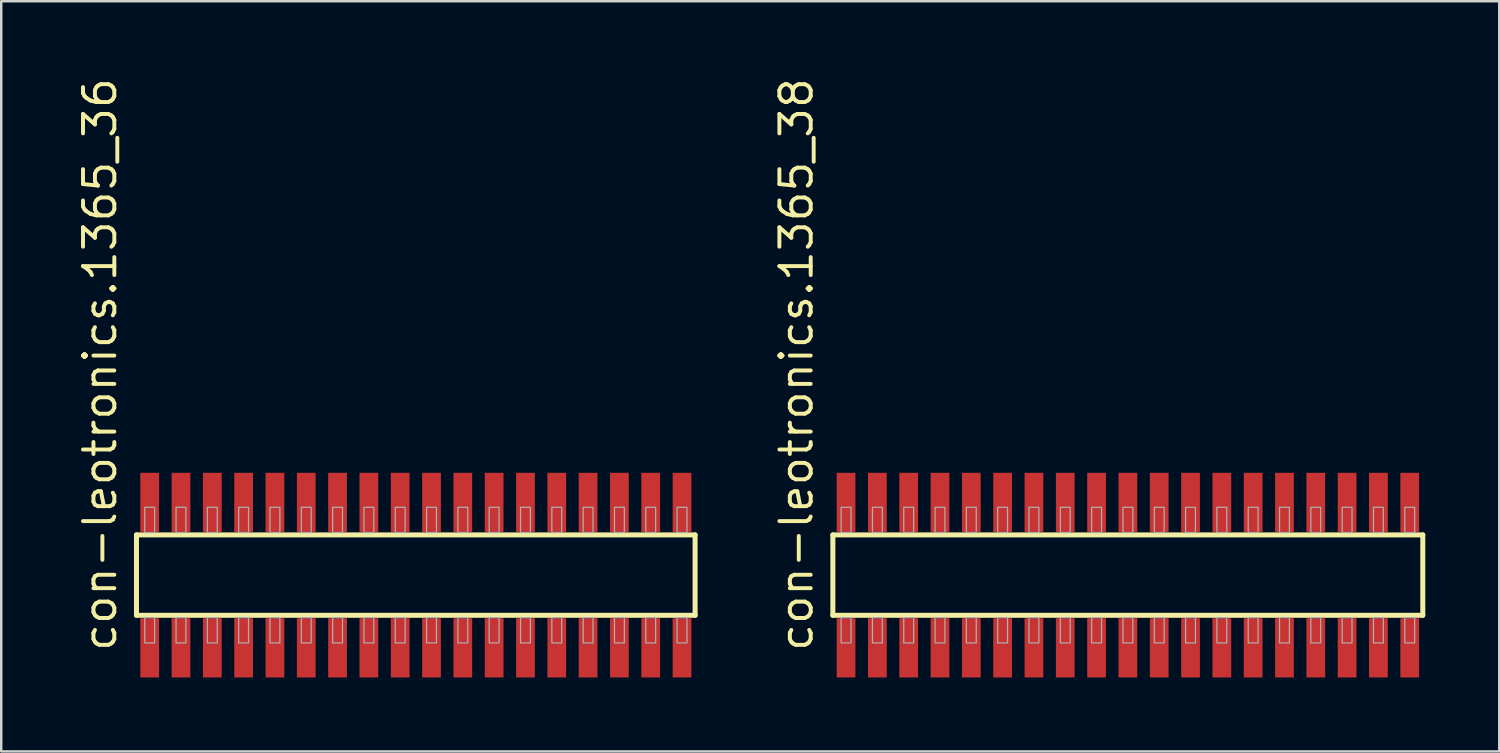
<source format=kicad_pcb>
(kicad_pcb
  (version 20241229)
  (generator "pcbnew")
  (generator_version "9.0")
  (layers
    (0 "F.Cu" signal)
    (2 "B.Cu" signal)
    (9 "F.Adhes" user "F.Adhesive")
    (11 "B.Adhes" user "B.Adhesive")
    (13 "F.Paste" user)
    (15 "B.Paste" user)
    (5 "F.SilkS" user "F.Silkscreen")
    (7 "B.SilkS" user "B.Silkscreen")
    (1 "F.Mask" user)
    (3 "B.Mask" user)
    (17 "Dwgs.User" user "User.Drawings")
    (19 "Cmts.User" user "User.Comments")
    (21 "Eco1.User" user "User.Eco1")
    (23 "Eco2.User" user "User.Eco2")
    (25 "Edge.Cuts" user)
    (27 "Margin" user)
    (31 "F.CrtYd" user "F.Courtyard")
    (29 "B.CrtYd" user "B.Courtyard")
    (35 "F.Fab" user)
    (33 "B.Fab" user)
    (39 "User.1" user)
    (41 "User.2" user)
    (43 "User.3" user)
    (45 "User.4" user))
  (footprint "con-leotronics.1365_36"
    (layer "F.Cu")
    (at 13.815 20.274)
    (property "Reference" "con-leotronics.1365_36" (at -12.065 3.175 90) (layer "F.SilkS") (effects (font (size 1.27 1.27) (thickness 0.16)) (justify left bottom)))
    (attr smd)
    (fp_line (start -11.33 -1.63) (end 11.325 -1.63) (stroke (width 0.203) (type default)) (layer "F.SilkS"))
    (fp_line (start -11.33 1.63) (end -11.33 -1.63) (stroke (width 0.203) (type default)) (layer "F.SilkS"))
    (fp_line (start 11.325 -1.63) (end 11.325 1.63) (stroke (width 0.203) (type default)) (layer "F.SilkS"))
    (fp_line (start 11.325 1.63) (end -11.33 1.63) (stroke (width 0.203) (type default)) (layer "F.SilkS"))
    (fp_rect (start -10.995 -1.725) (end -10.595 -2.75) (stroke (width 0.05) (type default)) (fill no) (layer "F.Fab"))
    (fp_rect (start -10.995 2.75) (end -10.595 1.725) (stroke (width 0.05) (type default)) (fill no) (layer "F.Fab"))
    (fp_rect (start -9.725 -1.725) (end -9.325 -2.75) (stroke (width 0.05) (type default)) (fill no) (layer "F.Fab"))
    (fp_rect (start -9.725 2.75) (end -9.325 1.725) (stroke (width 0.05) (type default)) (fill no) (layer "F.Fab"))
    (fp_rect (start -8.455 -1.725) (end -8.055 -2.75) (stroke (width 0.05) (type default)) (fill no) (layer "F.Fab"))
    (fp_rect (start -8.455 2.75) (end -8.055 1.725) (stroke (width 0.05) (type default)) (fill no) (layer "F.Fab"))
    (fp_rect (start -7.185 -1.725) (end -6.785 -2.75) (stroke (width 0.05) (type default)) (fill no) (layer "F.Fab"))
    (fp_rect (start -7.185 2.75) (end -6.785 1.725) (stroke (width 0.05) (type default)) (fill no) (layer "F.Fab"))
    (fp_rect (start -5.915 -1.725) (end -5.515 -2.75) (stroke (width 0.05) (type default)) (fill no) (layer "F.Fab"))
    (fp_rect (start -5.915 2.75) (end -5.515 1.725) (stroke (width 0.05) (type default)) (fill no) (layer "F.Fab"))
    (fp_rect (start -4.645 -1.725) (end -4.245 -2.75) (stroke (width 0.05) (type default)) (fill no) (layer "F.Fab"))
    (fp_rect (start -4.645 2.75) (end -4.245 1.725) (stroke (width 0.05) (type default)) (fill no) (layer "F.Fab"))
    (fp_rect (start -3.375 -1.725) (end -2.975 -2.75) (stroke (width 0.05) (type default)) (fill no) (layer "F.Fab"))
    (fp_rect (start -3.375 2.75) (end -2.975 1.725) (stroke (width 0.05) (type default)) (fill no) (layer "F.Fab"))
    (fp_rect (start -2.105 -1.725) (end -1.705 -2.75) (stroke (width 0.05) (type default)) (fill no) (layer "F.Fab"))
    (fp_rect (start -2.105 2.75) (end -1.705 1.725) (stroke (width 0.05) (type default)) (fill no) (layer "F.Fab"))
    (fp_rect (start -0.835 -1.725) (end -0.435 -2.75) (stroke (width 0.05) (type default)) (fill no) (layer "F.Fab"))
    (fp_rect (start -0.835 2.75) (end -0.435 1.725) (stroke (width 0.05) (type default)) (fill no) (layer "F.Fab"))
    (fp_rect (start 0.435 -1.725) (end 0.835 -2.75) (stroke (width 0.05) (type default)) (fill no) (layer "F.Fab"))
    (fp_rect (start 0.435 2.75) (end 0.835 1.725) (stroke (width 0.05) (type default)) (fill no) (layer "F.Fab"))
    (fp_rect (start 1.705 -1.725) (end 2.105 -2.75) (stroke (width 0.05) (type default)) (fill no) (layer "F.Fab"))
    (fp_rect (start 1.705 2.75) (end 2.105 1.725) (stroke (width 0.05) (type default)) (fill no) (layer "F.Fab"))
    (fp_rect (start 2.975 -1.725) (end 3.375 -2.75) (stroke (width 0.05) (type default)) (fill no) (layer "F.Fab"))
    (fp_rect (start 2.975 2.75) (end 3.375 1.725) (stroke (width 0.05) (type default)) (fill no) (layer "F.Fab"))
    (fp_rect (start 4.245 -1.725) (end 4.645 -2.75) (stroke (width 0.05) (type default)) (fill no) (layer "F.Fab"))
    (fp_rect (start 4.245 2.75) (end 4.645 1.725) (stroke (width 0.05) (type default)) (fill no) (layer "F.Fab"))
    (fp_rect (start 5.515 -1.725) (end 5.915 -2.75) (stroke (width 0.05) (type default)) (fill no) (layer "F.Fab"))
    (fp_rect (start 5.515 2.75) (end 5.915 1.725) (stroke (width 0.05) (type default)) (fill no) (layer "F.Fab"))
    (fp_rect (start 6.785 -1.725) (end 7.185 -2.75) (stroke (width 0.05) (type default)) (fill no) (layer "F.Fab"))
    (fp_rect (start 6.785 2.75) (end 7.185 1.725) (stroke (width 0.05) (type default)) (fill no) (layer "F.Fab"))
    (fp_rect (start 8.055 -1.725) (end 8.455 -2.75) (stroke (width 0.05) (type default)) (fill no) (layer "F.Fab"))
    (fp_rect (start 8.055 2.75) (end 8.455 1.725) (stroke (width 0.05) (type default)) (fill no) (layer "F.Fab"))
    (fp_rect (start 9.325 -1.725) (end 9.725 -2.75) (stroke (width 0.05) (type default)) (fill no) (layer "F.Fab"))
    (fp_rect (start 9.325 2.75) (end 9.725 1.725) (stroke (width 0.05) (type default)) (fill no) (layer "F.Fab"))
    (fp_rect (start 10.595 -1.725) (end 10.995 -2.75) (stroke (width 0.05) (type default)) (fill no) (layer "F.Fab"))
    (fp_rect (start 10.595 2.75) (end 10.995 1.725) (stroke (width 0.05) (type default)) (fill no) (layer "F.Fab"))
    (pad "1" smd roundrect (at -10.795 2.95) (size 0.76 2.4) (layers "F.Cu" "F.Mask" "F.Paste") (roundrect_rratio 0.01))
    (pad "2" smd roundrect (at -10.795 -2.95) (size 0.76 2.4) (layers "F.Cu" "F.Mask" "F.Paste") (roundrect_rratio 0.01))
    (pad "3" smd roundrect (at -9.525 2.95) (size 0.76 2.4) (layers "F.Cu" "F.Mask" "F.Paste") (roundrect_rratio 0.01))
    (pad "4" smd roundrect (at -9.525 -2.95) (size 0.76 2.4) (layers "F.Cu" "F.Mask" "F.Paste") (roundrect_rratio 0.01))
    (pad "5" smd roundrect (at -8.255 2.95) (size 0.76 2.4) (layers "F.Cu" "F.Mask" "F.Paste") (roundrect_rratio 0.01))
    (pad "6" smd roundrect (at -8.255 -2.95) (size 0.76 2.4) (layers "F.Cu" "F.Mask" "F.Paste") (roundrect_rratio 0.01))
    (pad "7" smd roundrect (at -6.985 2.95) (size 0.76 2.4) (layers "F.Cu" "F.Mask" "F.Paste") (roundrect_rratio 0.01))
    (pad "8" smd roundrect (at -6.985 -2.95) (size 0.76 2.4) (layers "F.Cu" "F.Mask" "F.Paste") (roundrect_rratio 0.01))
    (pad "9" smd roundrect (at -5.715 2.95) (size 0.76 2.4) (layers "F.Cu" "F.Mask" "F.Paste") (roundrect_rratio 0.01))
    (pad "10" smd roundrect (at -5.715 -2.95) (size 0.76 2.4) (layers "F.Cu" "F.Mask" "F.Paste") (roundrect_rratio 0.01))
    (pad "11" smd roundrect (at -4.445 2.95) (size 0.76 2.4) (layers "F.Cu" "F.Mask" "F.Paste") (roundrect_rratio 0.01))
    (pad "12" smd roundrect (at -4.445 -2.95) (size 0.76 2.4) (layers "F.Cu" "F.Mask" "F.Paste") (roundrect_rratio 0.01))
    (pad "13" smd roundrect (at -3.175 2.95) (size 0.76 2.4) (layers "F.Cu" "F.Mask" "F.Paste") (roundrect_rratio 0.01))
    (pad "14" smd roundrect (at -3.175 -2.95) (size 0.76 2.4) (layers "F.Cu" "F.Mask" "F.Paste") (roundrect_rratio 0.01))
    (pad "15" smd roundrect (at -1.905 2.95) (size 0.76 2.4) (layers "F.Cu" "F.Mask" "F.Paste") (roundrect_rratio 0.01))
    (pad "16" smd roundrect (at -1.905 -2.95) (size 0.76 2.4) (layers "F.Cu" "F.Mask" "F.Paste") (roundrect_rratio 0.01))
    (pad "17" smd roundrect (at -0.635 2.95) (size 0.76 2.4) (layers "F.Cu" "F.Mask" "F.Paste") (roundrect_rratio 0.01))
    (pad "18" smd roundrect (at -0.635 -2.95) (size 0.76 2.4) (layers "F.Cu" "F.Mask" "F.Paste") (roundrect_rratio 0.01))
    (pad "19" smd roundrect (at 0.635 2.95) (size 0.76 2.4) (layers "F.Cu" "F.Mask" "F.Paste") (roundrect_rratio 0.01))
    (pad "20" smd roundrect (at 0.635 -2.95) (size 0.76 2.4) (layers "F.Cu" "F.Mask" "F.Paste") (roundrect_rratio 0.01))
    (pad "21" smd roundrect (at 1.905 2.95) (size 0.76 2.4) (layers "F.Cu" "F.Mask" "F.Paste") (roundrect_rratio 0.01))
    (pad "22" smd roundrect (at 1.905 -2.95) (size 0.76 2.4) (layers "F.Cu" "F.Mask" "F.Paste") (roundrect_rratio 0.01))
    (pad "23" smd roundrect (at 3.175 2.95) (size 0.76 2.4) (layers "F.Cu" "F.Mask" "F.Paste") (roundrect_rratio 0.01))
    (pad "24" smd roundrect (at 3.175 -2.95) (size 0.76 2.4) (layers "F.Cu" "F.Mask" "F.Paste") (roundrect_rratio 0.01))
    (pad "25" smd roundrect (at 4.445 2.95) (size 0.76 2.4) (layers "F.Cu" "F.Mask" "F.Paste") (roundrect_rratio 0.01))
    (pad "26" smd roundrect (at 4.445 -2.95) (size 0.76 2.4) (layers "F.Cu" "F.Mask" "F.Paste") (roundrect_rratio 0.01))
    (pad "27" smd roundrect (at 5.715 2.95) (size 0.76 2.4) (layers "F.Cu" "F.Mask" "F.Paste") (roundrect_rratio 0.01))
    (pad "28" smd roundrect (at 5.715 -2.95) (size 0.76 2.4) (layers "F.Cu" "F.Mask" "F.Paste") (roundrect_rratio 0.01))
    (pad "29" smd roundrect (at 6.985 2.95) (size 0.76 2.4) (layers "F.Cu" "F.Mask" "F.Paste") (roundrect_rratio 0.01))
    (pad "30" smd roundrect (at 6.985 -2.95) (size 0.76 2.4) (layers "F.Cu" "F.Mask" "F.Paste") (roundrect_rratio 0.01))
    (pad "31" smd roundrect (at 8.255 2.95) (size 0.76 2.4) (layers "F.Cu" "F.Mask" "F.Paste") (roundrect_rratio 0.01))
    (pad "32" smd roundrect (at 8.255 -2.95) (size 0.76 2.4) (layers "F.Cu" "F.Mask" "F.Paste") (roundrect_rratio 0.01))
    (pad "33" smd roundrect (at 9.525 2.95) (size 0.76 2.4) (layers "F.Cu" "F.Mask" "F.Paste") (roundrect_rratio 0.01))
    (pad "34" smd roundrect (at 9.525 -2.95) (size 0.76 2.4) (layers "F.Cu" "F.Mask" "F.Paste") (roundrect_rratio 0.01))
    (pad "35" smd roundrect (at 10.795 2.95) (size 0.76 2.4) (layers "F.Cu" "F.Mask" "F.Paste") (roundrect_rratio 0.01))
    (pad "36" smd roundrect (at 10.795 -2.95) (size 0.76 2.4) (layers "F.Cu" "F.Mask" "F.Paste") (roundrect_rratio 0.01)))
  (footprint "con-leotronics.1365_38"
    (layer "F.Cu")
    (at 42.692 20.274)
    (property "Reference" "con-leotronics.1365_38" (at -12.7 3.175 90) (layer "F.SilkS") (effects (font (size 1.27 1.27) (thickness 0.16)) (justify left bottom)))
    (attr smd)
    (fp_line (start -11.965 -1.63) (end 11.96 -1.63) (stroke (width 0.203) (type default)) (layer "F.SilkS"))
    (fp_line (start -11.965 1.63) (end -11.965 -1.63) (stroke (width 0.203) (type default)) (layer "F.SilkS"))
    (fp_line (start 11.96 -1.63) (end 11.96 1.63) (stroke (width 0.203) (type default)) (layer "F.SilkS"))
    (fp_line (start 11.96 1.63) (end -11.965 1.63) (stroke (width 0.203) (type default)) (layer "F.SilkS"))
    (fp_rect (start -11.63 -1.725) (end -11.23 -2.75) (stroke (width 0.05) (type default)) (fill no) (layer "F.Fab"))
    (fp_rect (start -11.63 2.75) (end -11.23 1.725) (stroke (width 0.05) (type default)) (fill no) (layer "F.Fab"))
    (fp_rect (start -10.36 -1.725) (end -9.96 -2.75) (stroke (width 0.05) (type default)) (fill no) (layer "F.Fab"))
    (fp_rect (start -10.36 2.75) (end -9.96 1.725) (stroke (width 0.05) (type default)) (fill no) (layer "F.Fab"))
    (fp_rect (start -9.09 -1.725) (end -8.69 -2.75) (stroke (width 0.05) (type default)) (fill no) (layer "F.Fab"))
    (fp_rect (start -9.09 2.75) (end -8.69 1.725) (stroke (width 0.05) (type default)) (fill no) (layer "F.Fab"))
    (fp_rect (start -7.82 -1.725) (end -7.42 -2.75) (stroke (width 0.05) (type default)) (fill no) (layer "F.Fab"))
    (fp_rect (start -7.82 2.75) (end -7.42 1.725) (stroke (width 0.05) (type default)) (fill no) (layer "F.Fab"))
    (fp_rect (start -6.55 -1.725) (end -6.15 -2.75) (stroke (width 0.05) (type default)) (fill no) (layer "F.Fab"))
    (fp_rect (start -6.55 2.75) (end -6.15 1.725) (stroke (width 0.05) (type default)) (fill no) (layer "F.Fab"))
    (fp_rect (start -5.28 -1.725) (end -4.88 -2.75) (stroke (width 0.05) (type default)) (fill no) (layer "F.Fab"))
    (fp_rect (start -5.28 2.75) (end -4.88 1.725) (stroke (width 0.05) (type default)) (fill no) (layer "F.Fab"))
    (fp_rect (start -4.01 -1.725) (end -3.61 -2.75) (stroke (width 0.05) (type default)) (fill no) (layer "F.Fab"))
    (fp_rect (start -4.01 2.75) (end -3.61 1.725) (stroke (width 0.05) (type default)) (fill no) (layer "F.Fab"))
    (fp_rect (start -2.74 -1.725) (end -2.34 -2.75) (stroke (width 0.05) (type default)) (fill no) (layer "F.Fab"))
    (fp_rect (start -2.74 2.75) (end -2.34 1.725) (stroke (width 0.05) (type default)) (fill no) (layer "F.Fab"))
    (fp_rect (start -1.47 -1.725) (end -1.07 -2.75) (stroke (width 0.05) (type default)) (fill no) (layer "F.Fab"))
    (fp_rect (start -1.47 2.75) (end -1.07 1.725) (stroke (width 0.05) (type default)) (fill no) (layer "F.Fab"))
    (fp_rect (start -0.2 -1.725) (end 0.2 -2.75) (stroke (width 0.05) (type default)) (fill no) (layer "F.Fab"))
    (fp_rect (start -0.2 2.75) (end 0.2 1.725) (stroke (width 0.05) (type default)) (fill no) (layer "F.Fab"))
    (fp_rect (start 1.07 -1.725) (end 1.47 -2.75) (stroke (width 0.05) (type default)) (fill no) (layer "F.Fab"))
    (fp_rect (start 1.07 2.75) (end 1.47 1.725) (stroke (width 0.05) (type default)) (fill no) (layer "F.Fab"))
    (fp_rect (start 2.34 -1.725) (end 2.74 -2.75) (stroke (width 0.05) (type default)) (fill no) (layer "F.Fab"))
    (fp_rect (start 2.34 2.75) (end 2.74 1.725) (stroke (width 0.05) (type default)) (fill no) (layer "F.Fab"))
    (fp_rect (start 3.61 -1.725) (end 4.01 -2.75) (stroke (width 0.05) (type default)) (fill no) (layer "F.Fab"))
    (fp_rect (start 3.61 2.75) (end 4.01 1.725) (stroke (width 0.05) (type default)) (fill no) (layer "F.Fab"))
    (fp_rect (start 4.88 -1.725) (end 5.28 -2.75) (stroke (width 0.05) (type default)) (fill no) (layer "F.Fab"))
    (fp_rect (start 4.88 2.75) (end 5.28 1.725) (stroke (width 0.05) (type default)) (fill no) (layer "F.Fab"))
    (fp_rect (start 6.15 -1.725) (end 6.55 -2.75) (stroke (width 0.05) (type default)) (fill no) (layer "F.Fab"))
    (fp_rect (start 6.15 2.75) (end 6.55 1.725) (stroke (width 0.05) (type default)) (fill no) (layer "F.Fab"))
    (fp_rect (start 7.42 -1.725) (end 7.82 -2.75) (stroke (width 0.05) (type default)) (fill no) (layer "F.Fab"))
    (fp_rect (start 7.42 2.75) (end 7.82 1.725) (stroke (width 0.05) (type default)) (fill no) (layer "F.Fab"))
    (fp_rect (start 8.69 -1.725) (end 9.09 -2.75) (stroke (width 0.05) (type default)) (fill no) (layer "F.Fab"))
    (fp_rect (start 8.69 2.75) (end 9.09 1.725) (stroke (width 0.05) (type default)) (fill no) (layer "F.Fab"))
    (fp_rect (start 9.96 -1.725) (end 10.36 -2.75) (stroke (width 0.05) (type default)) (fill no) (layer "F.Fab"))
    (fp_rect (start 9.96 2.75) (end 10.36 1.725) (stroke (width 0.05) (type default)) (fill no) (layer "F.Fab"))
    (fp_rect (start 11.23 -1.725) (end 11.63 -2.75) (stroke (width 0.05) (type default)) (fill no) (layer "F.Fab"))
    (fp_rect (start 11.23 2.75) (end 11.63 1.725) (stroke (width 0.05) (type default)) (fill no) (layer "F.Fab"))
    (pad "1" smd roundrect (at -11.43 2.95) (size 0.76 2.4) (layers "F.Cu" "F.Mask" "F.Paste") (roundrect_rratio 0.01))
    (pad "2" smd roundrect (at -11.43 -2.95) (size 0.76 2.4) (layers "F.Cu" "F.Mask" "F.Paste") (roundrect_rratio 0.01))
    (pad "3" smd roundrect (at -10.16 2.95) (size 0.76 2.4) (layers "F.Cu" "F.Mask" "F.Paste") (roundrect_rratio 0.01))
    (pad "4" smd roundrect (at -10.16 -2.95) (size 0.76 2.4) (layers "F.Cu" "F.Mask" "F.Paste") (roundrect_rratio 0.01))
    (pad "5" smd roundrect (at -8.89 2.95) (size 0.76 2.4) (layers "F.Cu" "F.Mask" "F.Paste") (roundrect_rratio 0.01))
    (pad "6" smd roundrect (at -8.89 -2.95) (size 0.76 2.4) (layers "F.Cu" "F.Mask" "F.Paste") (roundrect_rratio 0.01))
    (pad "7" smd roundrect (at -7.62 2.95) (size 0.76 2.4) (layers "F.Cu" "F.Mask" "F.Paste") (roundrect_rratio 0.01))
    (pad "8" smd roundrect (at -7.62 -2.95) (size 0.76 2.4) (layers "F.Cu" "F.Mask" "F.Paste") (roundrect_rratio 0.01))
    (pad "9" smd roundrect (at -6.35 2.95) (size 0.76 2.4) (layers "F.Cu" "F.Mask" "F.Paste") (roundrect_rratio 0.01))
    (pad "10" smd roundrect (at -6.35 -2.95) (size 0.76 2.4) (layers "F.Cu" "F.Mask" "F.Paste") (roundrect_rratio 0.01))
    (pad "11" smd roundrect (at -5.08 2.95) (size 0.76 2.4) (layers "F.Cu" "F.Mask" "F.Paste") (roundrect_rratio 0.01))
    (pad "12" smd roundrect (at -5.08 -2.95) (size 0.76 2.4) (layers "F.Cu" "F.Mask" "F.Paste") (roundrect_rratio 0.01))
    (pad "13" smd roundrect (at -3.81 2.95) (size 0.76 2.4) (layers "F.Cu" "F.Mask" "F.Paste") (roundrect_rratio 0.01))
    (pad "14" smd roundrect (at -3.81 -2.95) (size 0.76 2.4) (layers "F.Cu" "F.Mask" "F.Paste") (roundrect_rratio 0.01))
    (pad "15" smd roundrect (at -2.54 2.95) (size 0.76 2.4) (layers "F.Cu" "F.Mask" "F.Paste") (roundrect_rratio 0.01))
    (pad "16" smd roundrect (at -2.54 -2.95) (size 0.76 2.4) (layers "F.Cu" "F.Mask" "F.Paste") (roundrect_rratio 0.01))
    (pad "17" smd roundrect (at -1.27 2.95) (size 0.76 2.4) (layers "F.Cu" "F.Mask" "F.Paste") (roundrect_rratio 0.01))
    (pad "18" smd roundrect (at -1.27 -2.95) (size 0.76 2.4) (layers "F.Cu" "F.Mask" "F.Paste") (roundrect_rratio 0.01))
    (pad "19" smd roundrect (at 0 2.95) (size 0.76 2.4) (layers "F.Cu" "F.Mask" "F.Paste") (roundrect_rratio 0.01))
    (pad "20" smd roundrect (at 0 -2.95) (size 0.76 2.4) (layers "F.Cu" "F.Mask" "F.Paste") (roundrect_rratio 0.01))
    (pad "21" smd roundrect (at 1.27 2.95) (size 0.76 2.4) (layers "F.Cu" "F.Mask" "F.Paste") (roundrect_rratio 0.01))
    (pad "22" smd roundrect (at 1.27 -2.95) (size 0.76 2.4) (layers "F.Cu" "F.Mask" "F.Paste") (roundrect_rratio 0.01))
    (pad "23" smd roundrect (at 2.54 2.95) (size 0.76 2.4) (layers "F.Cu" "F.Mask" "F.Paste") (roundrect_rratio 0.01))
    (pad "24" smd roundrect (at 2.54 -2.95) (size 0.76 2.4) (layers "F.Cu" "F.Mask" "F.Paste") (roundrect_rratio 0.01))
    (pad "25" smd roundrect (at 3.81 2.95) (size 0.76 2.4) (layers "F.Cu" "F.Mask" "F.Paste") (roundrect_rratio 0.01))
    (pad "26" smd roundrect (at 3.81 -2.95) (size 0.76 2.4) (layers "F.Cu" "F.Mask" "F.Paste") (roundrect_rratio 0.01))
    (pad "27" smd roundrect (at 5.08 2.95) (size 0.76 2.4) (layers "F.Cu" "F.Mask" "F.Paste") (roundrect_rratio 0.01))
    (pad "28" smd roundrect (at 5.08 -2.95) (size 0.76 2.4) (layers "F.Cu" "F.Mask" "F.Paste") (roundrect_rratio 0.01))
    (pad "29" smd roundrect (at 6.35 2.95) (size 0.76 2.4) (layers "F.Cu" "F.Mask" "F.Paste") (roundrect_rratio 0.01))
    (pad "30" smd roundrect (at 6.35 -2.95) (size 0.76 2.4) (layers "F.Cu" "F.Mask" "F.Paste") (roundrect_rratio 0.01))
    (pad "31" smd roundrect (at 7.62 2.95) (size 0.76 2.4) (layers "F.Cu" "F.Mask" "F.Paste") (roundrect_rratio 0.01))
    (pad "32" smd roundrect (at 7.62 -2.95) (size 0.76 2.4) (layers "F.Cu" "F.Mask" "F.Paste") (roundrect_rratio 0.01))
    (pad "33" smd roundrect (at 8.89 2.95) (size 0.76 2.4) (layers "F.Cu" "F.Mask" "F.Paste") (roundrect_rratio 0.01))
    (pad "34" smd roundrect (at 8.89 -2.95) (size 0.76 2.4) (layers "F.Cu" "F.Mask" "F.Paste") (roundrect_rratio 0.01))
    (pad "35" smd roundrect (at 10.16 2.95) (size 0.76 2.4) (layers "F.Cu" "F.Mask" "F.Paste") (roundrect_rratio 0.01))
    (pad "36" smd roundrect (at 10.16 -2.95) (size 0.76 2.4) (layers "F.Cu" "F.Mask" "F.Paste") (roundrect_rratio 0.01))
    (pad "37" smd roundrect (at 11.43 2.95) (size 0.76 2.4) (layers "F.Cu" "F.Mask" "F.Paste") (roundrect_rratio 0.01))
    (pad "38" smd roundrect (at 11.43 -2.95) (size 0.76 2.4) (layers "F.Cu" "F.Mask" "F.Paste") (roundrect_rratio 0.01)))
  (gr_rect
    (start -3 -3)
    (end 57.753 27.424)
    (stroke (width 0.1) (type default))
    (fill no)
    (layer "Edge.Cuts")))
</source>
